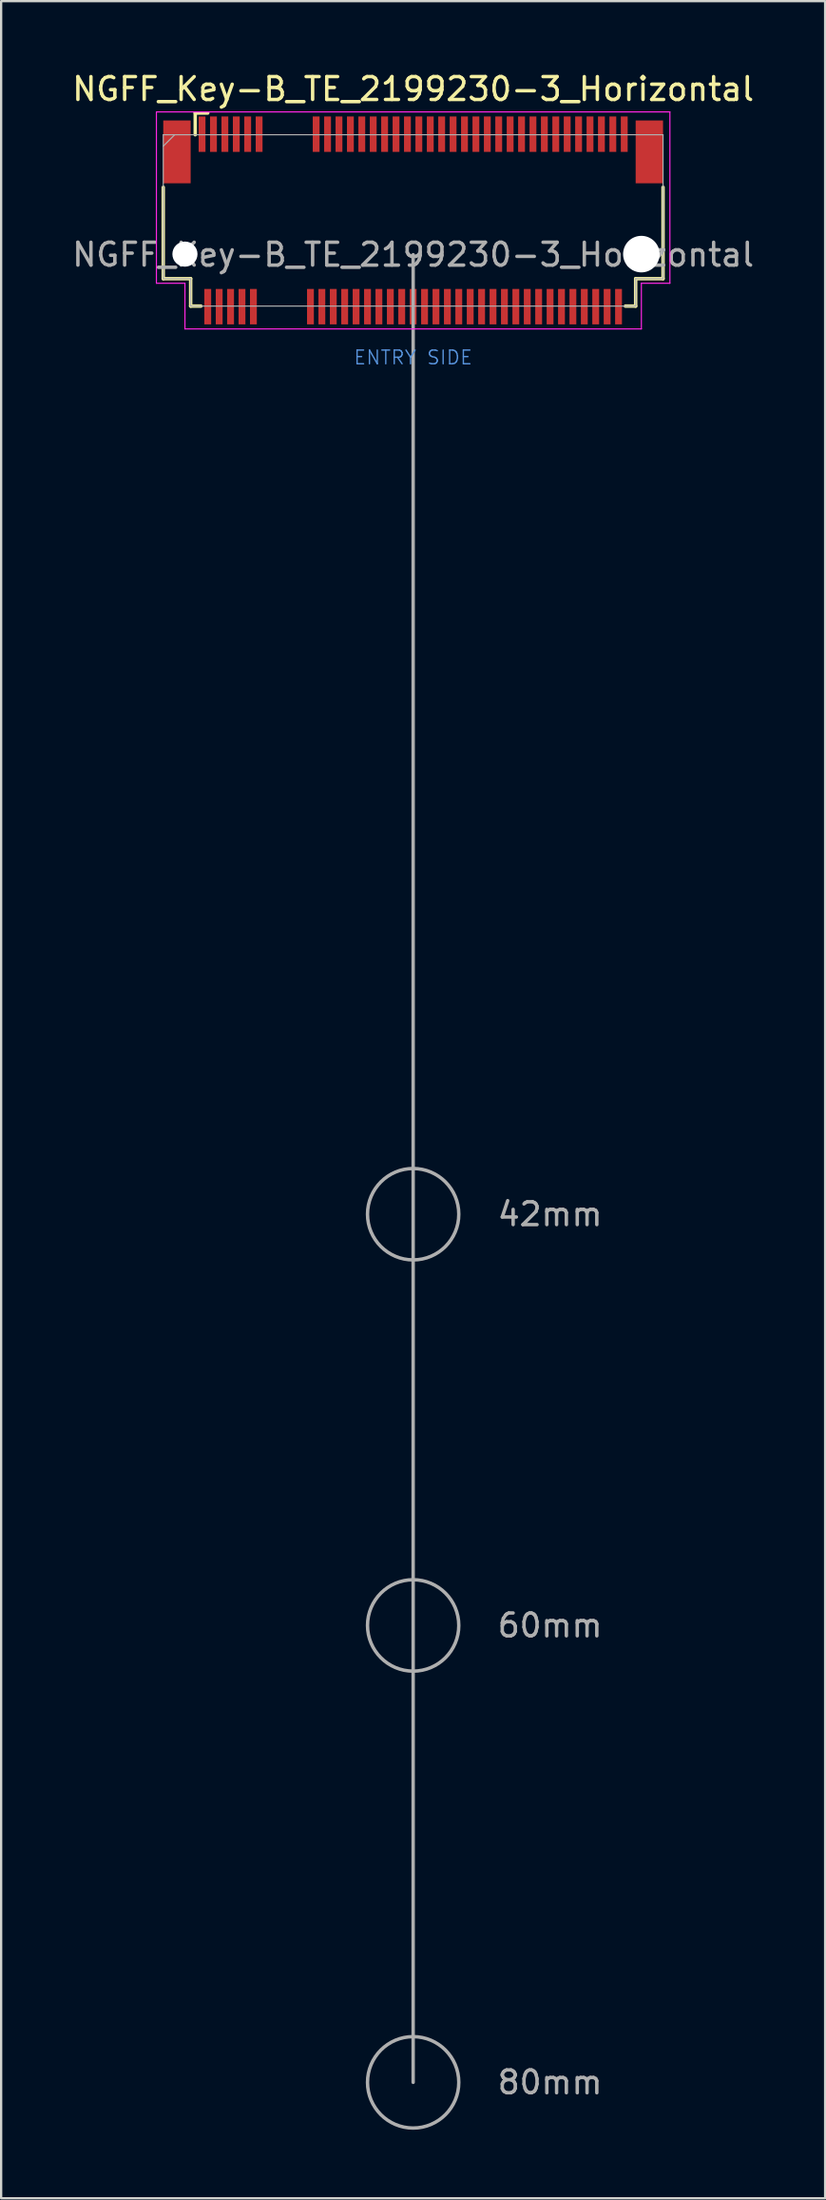
<source format=kicad_pcb>
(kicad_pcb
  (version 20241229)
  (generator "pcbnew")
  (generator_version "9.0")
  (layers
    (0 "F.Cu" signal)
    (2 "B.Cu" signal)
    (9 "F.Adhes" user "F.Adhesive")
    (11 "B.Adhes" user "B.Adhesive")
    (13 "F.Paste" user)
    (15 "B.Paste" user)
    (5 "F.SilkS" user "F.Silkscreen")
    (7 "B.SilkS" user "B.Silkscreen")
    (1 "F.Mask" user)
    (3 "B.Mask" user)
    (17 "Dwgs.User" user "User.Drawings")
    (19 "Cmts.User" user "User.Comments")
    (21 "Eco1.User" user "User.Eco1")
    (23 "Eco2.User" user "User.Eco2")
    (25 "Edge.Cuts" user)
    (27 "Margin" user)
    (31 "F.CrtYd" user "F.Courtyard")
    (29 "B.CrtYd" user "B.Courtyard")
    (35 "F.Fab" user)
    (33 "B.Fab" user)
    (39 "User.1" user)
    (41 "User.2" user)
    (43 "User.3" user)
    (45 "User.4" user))
  (footprint "NGFF_Key-B_TE_2199230-3_Horizontal"
    (layer "F.Cu")
    (at 15.054 8.098)
    (property "Reference" "NGFF_Key-B_TE_2199230-3_Horizontal" (at 0 -7.25 0) (layer "F.SilkS") (effects (font (size 1 1) (thickness 0.15))))
    (attr through_hole)
    (fp_line (start -10.95 1.05) (end -10.95 -2.95) (stroke (width 0.15) (type solid)) (layer "F.SilkS"))
    (fp_line (start -9.75 1.05) (end -10.95 1.05) (stroke (width 0.15) (type solid)) (layer "F.SilkS"))
    (fp_line (start -9.75 2.25) (end -9.75 1.05) (stroke (width 0.15) (type solid)) (layer "F.SilkS"))
    (fp_line (start -9.55 -6.2) (end -9 -6.2) (stroke (width 0.15) (type solid)) (layer "F.SilkS"))
    (fp_line (start -9.55 -5.25) (end -9.55 -6.2) (stroke (width 0.15) (type solid)) (layer "F.SilkS"))
    (fp_line (start -9.3 2.25) (end -9.75 2.25) (stroke (width 0.15) (type solid)) (layer "F.SilkS"))
    (fp_line (start 9.75 1.05) (end 9.75 2.25) (stroke (width 0.15) (type solid)) (layer "F.SilkS"))
    (fp_line (start 9.75 2.25) (end 9.3 2.25) (stroke (width 0.15) (type solid)) (layer "F.SilkS"))
    (fp_line (start 10.95 1.05) (end 9.75 1.05) (stroke (width 0.15) (type solid)) (layer "F.SilkS"))
    (fp_line (start 10.95 1.05) (end 10.95 -2.95) (stroke (width 0.15) (type solid)) (layer "F.SilkS"))
    (fp_line (start -11.25 -6.25) (end 11.25 -6.25) (stroke (width 0.05) (type solid)) (layer "F.CrtYd"))
    (fp_line (start -11.25 1.25) (end -11.25 -6.25) (stroke (width 0.05) (type solid)) (layer "F.CrtYd"))
    (fp_line (start -10 1.25) (end -11.25 1.25) (stroke (width 0.05) (type solid)) (layer "F.CrtYd"))
    (fp_line (start -10 3.25) (end -10 1.25) (stroke (width 0.05) (type solid)) (layer "F.CrtYd"))
    (fp_line (start 10 1.25) (end 10 3.25) (stroke (width 0.05) (type solid)) (layer "F.CrtYd"))
    (fp_line (start 10 3.25) (end -10 3.25) (stroke (width 0.05) (type solid)) (layer "F.CrtYd"))
    (fp_line (start 11.25 -6.25) (end 11.25 1.25) (stroke (width 0.05) (type solid)) (layer "F.CrtYd"))
    (fp_line (start 11.25 1.25) (end 10 1.25) (stroke (width 0.05) (type solid)) (layer "F.CrtYd"))
    (fp_line (start -10.95 -5.25) (end -10.95 1.05) (stroke (width 0.05) (type solid)) (layer "F.Fab"))
    (fp_line (start -10.95 -5.25) (end 10.95 -5.25) (stroke (width 0.05) (type solid)) (layer "F.Fab"))
    (fp_line (start -10.95 -4.75) (end -10.45 -5.25) (stroke (width 0.05) (type solid)) (layer "F.Fab"))
    (fp_line (start -10.95 1.05) (end -9.75 1.05) (stroke (width 0.05) (type solid)) (layer "F.Fab"))
    (fp_line (start -9.75 1.05) (end -9.75 2.25) (stroke (width 0.05) (type solid)) (layer "F.Fab"))
    (fp_line (start -9.75 2.25) (end 9.75 2.25) (stroke (width 0.05) (type solid)) (layer "F.Fab"))
    (fp_line (start 0 80) (end 0 0) (stroke (width 0.15) (type solid)) (layer "F.Fab"))
    (fp_line (start 9.75 1.05) (end 9.75 2.25) (stroke (width 0.05) (type solid)) (layer "F.Fab"))
    (fp_line (start 10.95 1.05) (end 9.75 1.05) (stroke (width 0.05) (type solid)) (layer "F.Fab"))
    (fp_line (start 10.95 1.05) (end 10.95 -5.25) (stroke (width 0.05) (type solid)) (layer "F.Fab"))
    (fp_circle (center 0 42) (end 2 42) (stroke (width 0.15) (type solid)) (fill no) (layer "F.Fab"))
    (fp_circle (center 0 60) (end 2 60) (stroke (width 0.15) (type solid)) (fill no) (layer "F.Fab"))
    (fp_circle (center 0 80) (end 2 80) (stroke (width 0.15) (type solid)) (fill no) (layer "F.Fab"))
    (fp_text user "ENTRY SIDE" (at 0 4.5 0) (layer "Cmts.User") (effects (font (size 0.6 0.6) (thickness 0.06))))
    (fp_text user "${REFERENCE}" (at -10.1 -4.8 0) (layer "Eco1.User") (effects (font (size 0.3 0.3) (thickness 0.03))))
    (fp_text user "42mm" (at 6 42 0) (layer "F.Fab") (effects (font (size 1 1) (thickness 0.15))))
    (fp_text user "60mm" (at 6 60 0) (layer "F.Fab") (effects (font (size 1 1) (thickness 0.15))))
    (fp_text user "${REFERENCE}" (at 0 0 0) (layer "F.Fab") (effects (font (size 1 1) (thickness 0.15))))
    (fp_text user "80mm" (at 6 80 0) (layer "F.Fab") (effects (font (size 1 1) (thickness 0.15))))
    (pad "" smd rect (at -10.35 -4.5) (size 1.2 2.75) (layers "F.Cu" "F.Mask" "F.Paste"))
    (pad "" np_thru_hole circle (at -10 -0.025) (size 1.1 1.1) (drill 1.1) (layers "*.Cu"))
    (pad "" np_thru_hole circle (at 10 -0.025) (size 1.6 1.6) (drill 1.6) (layers "*.Cu"))
    (pad "" smd rect (at 10.35 -4.5) (size 1.2 2.75) (layers "F.Cu" "F.Mask" "F.Paste"))
    (pad "1" smd rect (at -9.25 -5.275) (size 0.3 1.55) (layers "F.Cu" "F.Mask" "F.Paste"))
    (pad "2" smd rect (at -9 2.275) (size 0.3 1.55) (layers "F.Cu" "F.Mask" "F.Paste"))
    (pad "3" smd rect (at -8.75 -5.275) (size 0.3 1.55) (layers "F.Cu" "F.Mask" "F.Paste"))
    (pad "4" smd rect (at -8.5 2.275) (size 0.3 1.55) (layers "F.Cu" "F.Mask" "F.Paste"))
    (pad "5" smd rect (at -8.25 -5.275) (size 0.3 1.55) (layers "F.Cu" "F.Mask" "F.Paste"))
    (pad "6" smd rect (at -8 2.275) (size 0.3 1.55) (layers "F.Cu" "F.Mask" "F.Paste"))
    (pad "7" smd rect (at -7.75 -5.275) (size 0.3 1.55) (layers "F.Cu" "F.Mask" "F.Paste"))
    (pad "8" smd rect (at -7.5 2.275) (size 0.3 1.55) (layers "F.Cu" "F.Mask" "F.Paste"))
    (pad "9" smd rect (at -7.25 -5.275) (size 0.3 1.55) (layers "F.Cu" "F.Mask" "F.Paste"))
    (pad "10" smd rect (at -7 2.275) (size 0.3 1.55) (layers "F.Cu" "F.Mask" "F.Paste"))
    (pad "11" smd rect (at -6.75 -5.275) (size 0.3 1.55) (layers "F.Cu" "F.Mask" "F.Paste"))
    (pad "20" smd rect (at -4.5 2.275) (size 0.3 1.55) (layers "F.Cu" "F.Mask" "F.Paste"))
    (pad "21" smd rect (at -4.25 -5.275) (size 0.3 1.55) (layers "F.Cu" "F.Mask" "F.Paste"))
    (pad "22" smd rect (at -4 2.275) (size 0.3 1.55) (layers "F.Cu" "F.Mask" "F.Paste"))
    (pad "23" smd rect (at -3.75 -5.275) (size 0.3 1.55) (layers "F.Cu" "F.Mask" "F.Paste"))
    (pad "24" smd rect (at -3.5 2.275) (size 0.3 1.55) (layers "F.Cu" "F.Mask" "F.Paste"))
    (pad "25" smd rect (at -3.25 -5.275) (size 0.3 1.55) (layers "F.Cu" "F.Mask" "F.Paste"))
    (pad "26" smd rect (at -3 2.275) (size 0.3 1.55) (layers "F.Cu" "F.Mask" "F.Paste"))
    (pad "27" smd rect (at -2.75 -5.275) (size 0.3 1.55) (layers "F.Cu" "F.Mask" "F.Paste"))
    (pad "28" smd rect (at -2.5 2.275) (size 0.3 1.55) (layers "F.Cu" "F.Mask" "F.Paste"))
    (pad "29" smd rect (at -2.25 -5.275) (size 0.3 1.55) (layers "F.Cu" "F.Mask" "F.Paste"))
    (pad "30" smd rect (at -2 2.275) (size 0.3 1.55) (layers "F.Cu" "F.Mask" "F.Paste"))
    (pad "31" smd rect (at -1.75 -5.275) (size 0.3 1.55) (layers "F.Cu" "F.Mask" "F.Paste"))
    (pad "32" smd rect (at -1.5 2.275) (size 0.3 1.55) (layers "F.Cu" "F.Mask" "F.Paste"))
    (pad "33" smd rect (at -1.25 -5.275) (size 0.3 1.55) (layers "F.Cu" "F.Mask" "F.Paste"))
    (pad "34" smd rect (at -1 2.275) (size 0.3 1.55) (layers "F.Cu" "F.Mask" "F.Paste"))
    (pad "35" smd rect (at -0.75 -5.275) (size 0.3 1.55) (layers "F.Cu" "F.Mask" "F.Paste"))
    (pad "36" smd rect (at -0.5 2.275) (size 0.3 1.55) (layers "F.Cu" "F.Mask" "F.Paste"))
    (pad "37" smd rect (at -0.25 -5.275) (size 0.3 1.55) (layers "F.Cu" "F.Mask" "F.Paste"))
    (pad "38" smd rect (at 0 2.275) (size 0.3 1.55) (layers "F.Cu" "F.Mask" "F.Paste"))
    (pad "39" smd rect (at 0.25 -5.275) (size 0.3 1.55) (layers "F.Cu" "F.Mask" "F.Paste"))
    (pad "40" smd rect (at 0.5 2.275) (size 0.3 1.55) (layers "F.Cu" "F.Mask" "F.Paste"))
    (pad "41" smd rect (at 0.75 -5.275) (size 0.3 1.55) (layers "F.Cu" "F.Mask" "F.Paste"))
    (pad "42" smd rect (at 1 2.275) (size 0.3 1.55) (layers "F.Cu" "F.Mask" "F.Paste"))
    (pad "43" smd rect (at 1.25 -5.275) (size 0.3 1.55) (layers "F.Cu" "F.Mask" "F.Paste"))
    (pad "44" smd rect (at 1.5 2.275) (size 0.3 1.55) (layers "F.Cu" "F.Mask" "F.Paste"))
    (pad "45" smd rect (at 1.75 -5.275) (size 0.3 1.55) (layers "F.Cu" "F.Mask" "F.Paste"))
    (pad "46" smd rect (at 2 2.275) (size 0.3 1.55) (layers "F.Cu" "F.Mask" "F.Paste"))
    (pad "47" smd rect (at 2.25 -5.275) (size 0.3 1.55) (layers "F.Cu" "F.Mask" "F.Paste"))
    (pad "48" smd rect (at 2.5 2.275) (size 0.3 1.55) (layers "F.Cu" "F.Mask" "F.Paste"))
    (pad "49" smd rect (at 2.75 -5.275) (size 0.3 1.55) (layers "F.Cu" "F.Mask" "F.Paste"))
    (pad "50" smd rect (at 3 2.275) (size 0.3 1.55) (layers "F.Cu" "F.Mask" "F.Paste"))
    (pad "51" smd rect (at 3.25 -5.275) (size 0.3 1.55) (layers "F.Cu" "F.Mask" "F.Paste"))
    (pad "52" smd rect (at 3.5 2.275) (size 0.3 1.55) (layers "F.Cu" "F.Mask" "F.Paste"))
    (pad "53" smd rect (at 3.75 -5.275) (size 0.3 1.55) (layers "F.Cu" "F.Mask" "F.Paste"))
    (pad "54" smd rect (at 4 2.275) (size 0.3 1.55) (layers "F.Cu" "F.Mask" "F.Paste"))
    (pad "55" smd rect (at 4.25 -5.275) (size 0.3 1.55) (layers "F.Cu" "F.Mask" "F.Paste"))
    (pad "56" smd rect (at 4.5 2.275) (size 0.3 1.55) (layers "F.Cu" "F.Mask" "F.Paste"))
    (pad "57" smd rect (at 4.75 -5.275) (size 0.3 1.55) (layers "F.Cu" "F.Mask" "F.Paste"))
    (pad "58" smd rect (at 5 2.275) (size 0.3 1.55) (layers "F.Cu" "F.Mask" "F.Paste"))
    (pad "59" smd rect (at 5.25 -5.275) (size 0.3 1.55) (layers "F.Cu" "F.Mask" "F.Paste"))
    (pad "60" smd rect (at 5.5 2.275) (size 0.3 1.55) (layers "F.Cu" "F.Mask" "F.Paste"))
    (pad "61" smd rect (at 5.75 -5.275) (size 0.3 1.55) (layers "F.Cu" "F.Mask" "F.Paste"))
    (pad "62" smd rect (at 6 2.275) (size 0.3 1.55) (layers "F.Cu" "F.Mask" "F.Paste"))
    (pad "63" smd rect (at 6.25 -5.275) (size 0.3 1.55) (layers "F.Cu" "F.Mask" "F.Paste"))
    (pad "64" smd rect (at 6.5 2.275) (size 0.3 1.55) (layers "F.Cu" "F.Mask" "F.Paste"))
    (pad "65" smd rect (at 6.75 -5.275) (size 0.3 1.55) (layers "F.Cu" "F.Mask" "F.Paste"))
    (pad "66" smd rect (at 7 2.275) (size 0.3 1.55) (layers "F.Cu" "F.Mask" "F.Paste"))
    (pad "67" smd rect (at 7.25 -5.275) (size 0.3 1.55) (layers "F.Cu" "F.Mask" "F.Paste"))
    (pad "68" smd rect (at 7.5 2.275) (size 0.3 1.55) (layers "F.Cu" "F.Mask" "F.Paste"))
    (pad "69" smd rect (at 7.75 -5.275) (size 0.3 1.55) (layers "F.Cu" "F.Mask" "F.Paste"))
    (pad "70" smd rect (at 8 2.275) (size 0.3 1.55) (layers "F.Cu" "F.Mask" "F.Paste"))
    (pad "71" smd rect (at 8.25 -5.275) (size 0.3 1.55) (layers "F.Cu" "F.Mask" "F.Paste"))
    (pad "72" smd rect (at 8.5 2.275) (size 0.3 1.55) (layers "F.Cu" "F.Mask" "F.Paste"))
    (pad "73" smd rect (at 8.75 -5.275) (size 0.3 1.55) (layers "F.Cu" "F.Mask" "F.Paste"))
    (pad "74" smd rect (at 9 2.275) (size 0.3 1.55) (layers "F.Cu" "F.Mask" "F.Paste"))
    (pad "75" smd rect (at 9.25 -5.275) (size 0.3 1.55) (layers "F.Cu" "F.Mask" "F.Paste")))
  (gr_rect
    (start -3 -3)
    (end 33.107 93.173)
    (stroke (width 0.1) (type default))
    (fill no)
    (layer "Edge.Cuts")))
</source>
